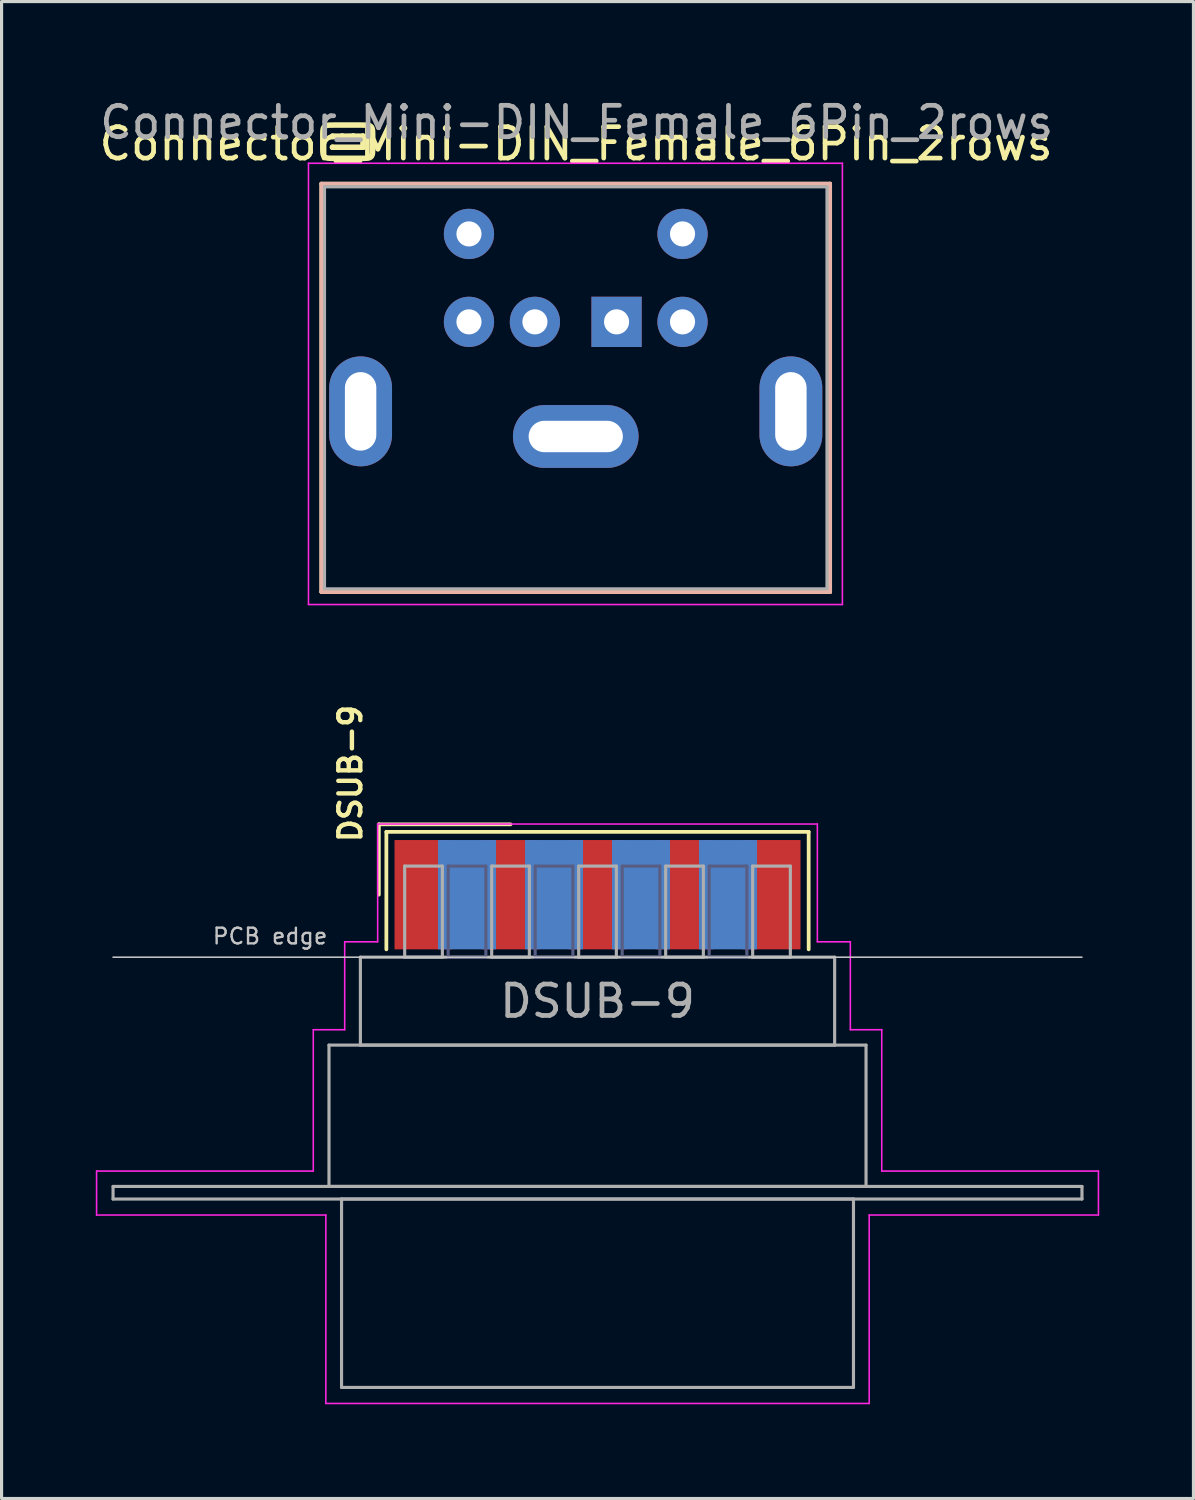
<source format=kicad_pcb>
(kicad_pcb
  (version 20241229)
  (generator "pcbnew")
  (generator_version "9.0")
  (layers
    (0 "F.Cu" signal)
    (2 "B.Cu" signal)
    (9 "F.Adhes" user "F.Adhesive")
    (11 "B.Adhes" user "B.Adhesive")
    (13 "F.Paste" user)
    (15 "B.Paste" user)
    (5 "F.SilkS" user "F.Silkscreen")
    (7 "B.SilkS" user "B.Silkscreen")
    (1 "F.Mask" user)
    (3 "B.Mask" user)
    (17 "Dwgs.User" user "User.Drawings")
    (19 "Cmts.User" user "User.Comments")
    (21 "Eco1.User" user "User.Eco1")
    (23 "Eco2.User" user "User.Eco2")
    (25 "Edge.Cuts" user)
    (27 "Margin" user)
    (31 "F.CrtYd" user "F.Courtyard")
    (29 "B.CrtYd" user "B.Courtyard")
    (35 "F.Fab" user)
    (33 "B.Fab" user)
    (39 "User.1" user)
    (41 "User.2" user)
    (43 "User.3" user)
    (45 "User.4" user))
  (footprint "Connector_Mini-DIN_Female_6Pin_2rows"
    (layer "F.Cu")
    (at 16.582 7.198)
    (property "Reference" "Connector_Mini-DIN_Female_6Pin_2rows" (at -1.29 -5.67 0) (layer "F.SilkS") (effects (font (size 1 1) (thickness 0.15))))
    (attr through_hole)
    (fp_line (start -9.4 -4.4) (end -9.4 8.6) (stroke (width 0.12) (type solid)) (layer "F.SilkS"))
    (fp_line (start -9.4 -4.4) (end 6.8 -4.4) (stroke (width 0.12) (type solid)) (layer "F.SilkS"))
    (fp_line (start -9.4 8.6) (end 6.8 8.6) (stroke (width 0.12) (type solid)) (layer "F.SilkS"))
    (fp_line (start -9.045 -5.913) (end -9.045 -5.912) (stroke (width 0.176) (type solid) (color 50 50 50 1)) (layer "F.SilkS"))
    (fp_line (start -9.045 -5.56) (end -9.045 -5.559) (stroke (width 0.176) (type solid) (color 50 50 50 1)) (layer "F.SilkS"))
    (fp_line (start -9.045 -5.56) (end -8.075 -5.56) (stroke (width 0.176) (type solid) (color 50 50 50 1)) (layer "F.SilkS"))
    (fp_line (start -8.736 -5.913) (end -8.736 -5.912) (stroke (width 0.176) (type solid) (color 50 50 50 1)) (layer "F.SilkS"))
    (fp_line (start -8.736 -5.912) (end -9.045 -5.912) (stroke (width 0.176) (type default)) (layer "F.SilkS"))
    (fp_line (start -8.384 -5.914) (end -8.736 -5.913) (stroke (width 0.176) (type default)) (layer "F.SilkS"))
    (fp_line (start -8.384 -5.914) (end -8.384 -5.913) (stroke (width 0.176) (type solid) (color 50 50 50 1)) (layer "F.SilkS"))
    (fp_line (start -8.075 -5.913) (end -8.384 -5.913) (stroke (width 0.176) (type default)) (layer "F.SilkS"))
    (fp_line (start -8.075 -5.913) (end -8.075 -5.912) (stroke (width 0.176) (type solid) (color 50 50 50 1)) (layer "F.SilkS"))
    (fp_line (start -8.075 -5.561) (end -8.075 -5.912) (stroke (width 0.176) (type default)) (layer "F.SilkS"))
    (fp_line (start -8.075 -5.561) (end -8.075 -5.56) (stroke (width 0.176) (type solid) (color 50 50 50 1)) (layer "F.SilkS"))
    (fp_line (start 6.8 -4.4) (end 6.8 8.6) (stroke (width 0.12) (type solid)) (layer "F.SilkS"))
    (fp_poly (pts (xy -8.06 -6.265) (xy -8.009 -6.265) (xy -7.964 -6.263) (xy -7.944 -6.261) (xy -7.925 -6.259) (xy -7.908 -6.256) (xy -7.892 -6.253) (xy -7.877 -6.249) (xy -7.863 -6.244) (xy -7.851 -6.238) (xy -7.839 -6.231) (xy -7.828 -6.223) (xy -7.818 -6.214) (xy -7.813 -6.209) (xy -7.809 -6.204) (xy -7.805 -6.198) (xy -7.801 -6.193) (xy -7.797 -6.187) (xy -7.794 -6.181) (xy -7.791 -6.175) (xy -7.788 -6.168) (xy -7.785 -6.162) (xy -7.783 -6.155) (xy -7.779 -6.14) (xy -7.775 -6.124) (xy -7.773 -6.106) (xy -7.771 -6.088) (xy -7.769 -6.068) (xy -7.768 -6.046) (xy -7.767 -6.023) (xy -7.766 -5.971) (xy -7.766 -5.913) (xy -7.766 -5.56) (xy -7.766 -5.501) (xy -7.767 -5.45) (xy -7.769 -5.405) (xy -7.771 -5.385) (xy -7.773 -5.366) (xy -7.775 -5.349) (xy -7.779 -5.333) (xy -7.783 -5.318) (xy -7.788 -5.304) (xy -7.794 -5.292) (xy -7.801 -5.28) (xy -7.809 -5.269) (xy -7.818 -5.259) (xy -7.823 -5.254) (xy -7.828 -5.25) (xy -7.833 -5.246) (xy -7.839 -5.242) (xy -7.845 -5.238) (xy -7.851 -5.235) (xy -7.857 -5.232) (xy -7.863 -5.229) (xy -7.87 -5.226) (xy -7.877 -5.224) (xy -7.892 -5.22) (xy -7.908 -5.216) (xy -7.925 -5.214) (xy -7.944 -5.212) (xy -7.964 -5.21) (xy -7.986 -5.209) (xy -8.009 -5.208) (xy -8.06 -5.207) (xy -8.119 -5.207) (xy -9.001 -5.207) (xy -9.06 -5.207) (xy -9.111 -5.208) (xy -9.156 -5.21) (xy -9.176 -5.212) (xy -9.195 -5.214) (xy -9.212 -5.216) (xy -9.228 -5.22) (xy -9.243 -5.224) (xy -9.257 -5.229) (xy -9.269 -5.235) (xy -9.281 -5.242) (xy -9.292 -5.25) (xy -9.302 -5.259) (xy -9.307 -5.264) (xy -9.311 -5.269) (xy -9.315 -5.274) (xy -9.319 -5.28) (xy -9.323 -5.286) (xy -9.326 -5.292) (xy -9.329 -5.298) (xy -9.332 -5.304) (xy -9.335 -5.311) (xy -9.337 -5.318) (xy -9.341 -5.333) (xy -9.345 -5.349) (xy -9.347 -5.366) (xy -9.349 -5.385) (xy -9.351 -5.405) (xy -9.352 -5.427) (xy -9.353 -5.45) (xy -9.354 -5.501) (xy -9.354 -5.56) (xy -9.354 -5.913) (xy -9.354 -5.971) (xy -9.353 -6.023) (xy -9.351 -6.068) (xy -9.349 -6.088) (xy -9.347 -6.106) (xy -9.345 -6.124) (xy -9.341 -6.14) (xy -9.337 -6.155) (xy -9.332 -6.168) (xy -9.326 -6.181) (xy -9.319 -6.193) (xy -9.311 -6.204) (xy -9.302 -6.214) (xy -9.297 -6.219) (xy -9.292 -6.223) (xy -9.287 -6.227) (xy -9.281 -6.231) (xy -9.275 -6.235) (xy -9.269 -6.238) (xy -9.263 -6.241) (xy -9.257 -6.244) (xy -9.25 -6.246) (xy -9.243 -6.249) (xy -9.228 -6.253) (xy -9.212 -6.256) (xy -9.195 -6.259) (xy -9.176 -6.261) (xy -9.156 -6.263) (xy -9.134 -6.264) (xy -9.111 -6.265) (xy -9.06 -6.265) (xy -9.001 -6.266) (xy -8.119 -6.266)) (stroke (width 0.176) (type solid) (color 50 50 50 1)) (fill no) (layer "F.SilkS"))
    (fp_line (start -9.4 -4.4) (end -9.4 8.6) (stroke (width 0.12) (type solid)) (layer "B.SilkS"))
    (fp_line (start -9.4 -4.4) (end 6.8 -4.4) (stroke (width 0.12) (type solid)) (layer "B.SilkS"))
    (fp_line (start -9.4 8.6) (end 6.8 8.6) (stroke (width 0.12) (type solid)) (layer "B.SilkS"))
    (fp_line (start 6.8 -4.4) (end 6.8 8.6) (stroke (width 0.12) (type solid)) (layer "B.SilkS"))
    (fp_line (start -9.81 -5.05) (end -9.81 9) (stroke (width 0.05) (type solid)) (layer "F.CrtYd"))
    (fp_line (start -9.81 -5.05) (end 7.19 -5.05) (stroke (width 0.05) (type solid)) (layer "F.CrtYd"))
    (fp_line (start 7.19 9) (end -9.81 9) (stroke (width 0.05) (type solid)) (layer "F.CrtYd"))
    (fp_line (start 7.19 9) (end 7.19 -5.05) (stroke (width 0.05) (type solid)) (layer "F.CrtYd"))
    (fp_line (start -9.3 -4.3) (end 6.7 -4.3) (stroke (width 0.1) (type solid)) (layer "F.Fab"))
    (fp_line (start -9.3 8.5) (end -9.3 -4.3) (stroke (width 0.1) (type solid)) (layer "F.Fab"))
    (fp_line (start 6.7 -4.3) (end 6.7 8.5) (stroke (width 0.1) (type solid)) (layer "F.Fab"))
    (fp_line (start 6.7 8.5) (end -9.3 8.5) (stroke (width 0.1) (type solid)) (layer "F.Fab"))
    (fp_text user "${REFERENCE}" (at -1.27 -6.35 0) (layer "F.Fab") (effects (font (size 1 1) (thickness 0.15))))
    (pad "1" thru_hole rect (at 0 0) (size 1.6 1.6) (drill 0.8) (layers "*.Cu" "*.Mask"))
    (pad "2" thru_hole circle (at -2.6 0) (size 1.6 1.6) (drill 0.8) (layers "*.Cu" "*.Mask"))
    (pad "3" thru_hole oval (at -8.15 2.85) (size 2 3.5) (drill oval 1 2.5) (layers "*.Cu" "*.Mask"))
    (pad "3" thru_hole oval (at -1.3 3.65) (size 4 2) (drill oval 3 1) (layers "*.Cu" "*.Mask"))
    (pad "3" thru_hole circle (at 2.1 0) (size 1.6 1.6) (drill 0.8) (layers "*.Cu" "*.Mask"))
    (pad "3" thru_hole oval (at 5.55 2.85) (size 2 3.5) (drill oval 1 2.5) (layers "*.Cu" "*.Mask"))
    (pad "4" thru_hole circle (at -4.7 0) (size 1.6 1.6) (drill 0.8) (layers "*.Cu" "*.Mask"))
    (pad "5" thru_hole circle (at 2.1 -2.8) (size 1.6 1.6) (drill 0.8) (layers "*.Cu" "*.Mask"))
    (pad "6" thru_hole circle (at -4.7 -2.8) (size 1.6 1.6) (drill 0.8) (layers "*.Cu" "*.Mask")))
  (footprint "DSUB-9"
    (layer "F.Cu")
    (at 15.975 25.437)
    (property "Reference" "DSUB-9" (at -7.87 -1.6 90) (layer "F.SilkS") (effects (font (size 0.7 0.7) (thickness 0.14) (bold yes)) (justify left)))
    (attr smd)
    (fp_line (start -6.963 -2.24) (end -2.77 -2.24) (stroke (width 0.12) (type solid)) (layer "F.SilkS"))
    (fp_line (start -6.963 0) (end -6.963 -2.24) (stroke (width 0.12) (type solid)) (layer "F.SilkS"))
    (fp_line (start -6.723 -2) (end -6.723 1.74) (stroke (width 0.12) (type solid)) (layer "F.SilkS"))
    (fp_line (start 6.723 -2) (end -6.723 -2) (stroke (width 0.12) (type solid)) (layer "F.SilkS"))
    (fp_line (start 6.723 1.74) (end 6.723 -2) (stroke (width 0.12) (type solid)) (layer "F.SilkS"))
    (fp_line (start -15.425 1.99) (end 15.425 1.99) (stroke (width 0.05) (type solid)) (layer "Dwgs.User"))
    (fp_line (start -15.95 8.8) (end -9.05 8.8) (stroke (width 0.05) (type solid)) (layer "F.CrtYd"))
    (fp_line (start -15.95 10.2) (end -15.95 8.8) (stroke (width 0.05) (type solid)) (layer "F.CrtYd"))
    (fp_line (start -9.05 4.3) (end -8.05 4.3) (stroke (width 0.05) (type solid)) (layer "F.CrtYd"))
    (fp_line (start -9.05 8.8) (end -9.05 4.3) (stroke (width 0.05) (type solid)) (layer "F.CrtYd"))
    (fp_line (start -8.65 10.2) (end -15.95 10.2) (stroke (width 0.05) (type solid)) (layer "F.CrtYd"))
    (fp_line (start -8.65 16.2) (end -8.65 10.2) (stroke (width 0.05) (type solid)) (layer "F.CrtYd"))
    (fp_line (start -8.05 1.5) (end -7 1.5) (stroke (width 0.05) (type solid)) (layer "F.CrtYd"))
    (fp_line (start -8.05 4.3) (end -8.05 1.5) (stroke (width 0.05) (type solid)) (layer "F.CrtYd"))
    (fp_line (start -7 -2.25) (end 7 -2.25) (stroke (width 0.05) (type solid)) (layer "F.CrtYd"))
    (fp_line (start -7 1.5) (end -7 -2.25) (stroke (width 0.05) (type solid)) (layer "F.CrtYd"))
    (fp_line (start 7 -2.25) (end 7 1.5) (stroke (width 0.05) (type solid)) (layer "F.CrtYd"))
    (fp_line (start 7 1.5) (end 8.05 1.5) (stroke (width 0.05) (type solid)) (layer "F.CrtYd"))
    (fp_line (start 8.05 1.5) (end 8.05 4.3) (stroke (width 0.05) (type solid)) (layer "F.CrtYd"))
    (fp_line (start 8.05 4.3) (end 9.05 4.3) (stroke (width 0.05) (type solid)) (layer "F.CrtYd"))
    (fp_line (start 8.65 10.2) (end 8.65 16.2) (stroke (width 0.05) (type solid)) (layer "F.CrtYd"))
    (fp_line (start 8.65 16.2) (end -8.65 16.2) (stroke (width 0.05) (type solid)) (layer "F.CrtYd"))
    (fp_line (start 9.05 4.3) (end 9.05 8.8) (stroke (width 0.05) (type solid)) (layer "F.CrtYd"))
    (fp_line (start 9.05 8.8) (end 15.95 8.8) (stroke (width 0.05) (type solid)) (layer "F.CrtYd"))
    (fp_line (start 15.95 8.8) (end 15.95 10.2) (stroke (width 0.05) (type solid)) (layer "F.CrtYd"))
    (fp_line (start 15.95 10.2) (end 8.65 10.2) (stroke (width 0.05) (type solid)) (layer "F.CrtYd"))
    (fp_line (start -4.755 -0.91) (end -4.755 1.99) (stroke (width 0.1) (type solid)) (layer "B.Fab"))
    (fp_line (start -4.755 1.99) (end -3.555 1.99) (stroke (width 0.1) (type solid)) (layer "B.Fab"))
    (fp_line (start -3.555 -0.91) (end -4.755 -0.91) (stroke (width 0.1) (type solid)) (layer "B.Fab"))
    (fp_line (start -3.555 1.99) (end -3.555 -0.91) (stroke (width 0.1) (type solid)) (layer "B.Fab"))
    (fp_line (start -1.985 -0.91) (end -1.985 1.99) (stroke (width 0.1) (type solid)) (layer "B.Fab"))
    (fp_line (start -1.985 1.99) (end -0.785 1.99) (stroke (width 0.1) (type solid)) (layer "B.Fab"))
    (fp_line (start -0.785 -0.91) (end -1.985 -0.91) (stroke (width 0.1) (type solid)) (layer "B.Fab"))
    (fp_line (start -0.785 1.99) (end -0.785 -0.91) (stroke (width 0.1) (type solid)) (layer "B.Fab"))
    (fp_line (start 0.785 -0.91) (end 0.785 1.99) (stroke (width 0.1) (type solid)) (layer "B.Fab"))
    (fp_line (start 0.785 1.99) (end 1.985 1.99) (stroke (width 0.1) (type solid)) (layer "B.Fab"))
    (fp_line (start 1.985 -0.91) (end 0.785 -0.91) (stroke (width 0.1) (type solid)) (layer "B.Fab"))
    (fp_line (start 1.985 1.99) (end 1.985 -0.91) (stroke (width 0.1) (type solid)) (layer "B.Fab"))
    (fp_line (start 3.555 -0.91) (end 3.555 1.99) (stroke (width 0.1) (type solid)) (layer "B.Fab"))
    (fp_line (start 3.555 1.99) (end 4.755 1.99) (stroke (width 0.1) (type solid)) (layer "B.Fab"))
    (fp_line (start 4.755 -0.91) (end 3.555 -0.91) (stroke (width 0.1) (type solid)) (layer "B.Fab"))
    (fp_line (start 4.755 1.99) (end 4.755 -0.91) (stroke (width 0.1) (type solid)) (layer "B.Fab"))
    (fp_line (start -15.425 9.29) (end -15.425 9.69) (stroke (width 0.1) (type solid)) (layer "F.Fab"))
    (fp_line (start -15.425 9.69) (end 15.425 9.69) (stroke (width 0.1) (type solid)) (layer "F.Fab"))
    (fp_line (start -8.55 4.79) (end -8.55 9.29) (stroke (width 0.1) (type solid)) (layer "F.Fab"))
    (fp_line (start -8.55 9.29) (end 8.55 9.29) (stroke (width 0.1) (type solid)) (layer "F.Fab"))
    (fp_line (start -8.15 9.69) (end -8.15 15.69) (stroke (width 0.1) (type solid)) (layer "F.Fab"))
    (fp_line (start -8.15 15.69) (end 8.15 15.69) (stroke (width 0.1) (type solid)) (layer "F.Fab"))
    (fp_line (start -7.55 1.99) (end -7.55 4.79) (stroke (width 0.1) (type solid)) (layer "F.Fab"))
    (fp_line (start -7.55 4.79) (end 7.55 4.79) (stroke (width 0.1) (type solid)) (layer "F.Fab"))
    (fp_line (start -6.14 -0.91) (end -6.14 1.99) (stroke (width 0.1) (type solid)) (layer "F.Fab"))
    (fp_line (start -6.14 1.99) (end -4.94 1.99) (stroke (width 0.1) (type solid)) (layer "F.Fab"))
    (fp_line (start -4.94 -0.91) (end -6.14 -0.91) (stroke (width 0.1) (type solid)) (layer "F.Fab"))
    (fp_line (start -4.94 1.99) (end -4.94 -0.91) (stroke (width 0.1) (type solid)) (layer "F.Fab"))
    (fp_line (start -3.37 -0.91) (end -3.37 1.99) (stroke (width 0.1) (type solid)) (layer "F.Fab"))
    (fp_line (start -3.37 1.99) (end -2.17 1.99) (stroke (width 0.1) (type solid)) (layer "F.Fab"))
    (fp_line (start -2.17 -0.91) (end -3.37 -0.91) (stroke (width 0.1) (type solid)) (layer "F.Fab"))
    (fp_line (start -2.17 1.99) (end -2.17 -0.91) (stroke (width 0.1) (type solid)) (layer "F.Fab"))
    (fp_line (start -0.6 -0.91) (end -0.6 1.99) (stroke (width 0.1) (type solid)) (layer "F.Fab"))
    (fp_line (start -0.6 1.99) (end 0.6 1.99) (stroke (width 0.1) (type solid)) (layer "F.Fab"))
    (fp_line (start 0.6 -0.91) (end -0.6 -0.91) (stroke (width 0.1) (type solid)) (layer "F.Fab"))
    (fp_line (start 0.6 1.99) (end 0.6 -0.91) (stroke (width 0.1) (type solid)) (layer "F.Fab"))
    (fp_line (start 2.17 -0.91) (end 2.17 1.99) (stroke (width 0.1) (type solid)) (layer "F.Fab"))
    (fp_line (start 2.17 1.99) (end 3.37 1.99) (stroke (width 0.1) (type solid)) (layer "F.Fab"))
    (fp_line (start 3.37 -0.91) (end 2.17 -0.91) (stroke (width 0.1) (type solid)) (layer "F.Fab"))
    (fp_line (start 3.37 1.99) (end 3.37 -0.91) (stroke (width 0.1) (type solid)) (layer "F.Fab"))
    (fp_line (start 4.94 -0.91) (end 4.94 1.99) (stroke (width 0.1) (type solid)) (layer "F.Fab"))
    (fp_line (start 4.94 1.99) (end 6.14 1.99) (stroke (width 0.1) (type solid)) (layer "F.Fab"))
    (fp_line (start 6.14 -0.91) (end 4.94 -0.91) (stroke (width 0.1) (type solid)) (layer "F.Fab"))
    (fp_line (start 6.14 1.99) (end 6.14 -0.91) (stroke (width 0.1) (type solid)) (layer "F.Fab"))
    (fp_line (start 7.55 1.99) (end -7.55 1.99) (stroke (width 0.1) (type solid)) (layer "F.Fab"))
    (fp_line (start 7.55 4.79) (end 7.55 1.99) (stroke (width 0.1) (type solid)) (layer "F.Fab"))
    (fp_line (start 8.15 9.69) (end -8.15 9.69) (stroke (width 0.1) (type solid)) (layer "F.Fab"))
    (fp_line (start 8.15 15.69) (end 8.15 9.69) (stroke (width 0.1) (type solid)) (layer "F.Fab"))
    (fp_line (start 8.55 4.79) (end -8.55 4.79) (stroke (width 0.1) (type solid)) (layer "F.Fab"))
    (fp_line (start 8.55 9.29) (end 8.55 4.79) (stroke (width 0.1) (type solid)) (layer "F.Fab"))
    (fp_line (start 15.425 9.29) (end -15.425 9.29) (stroke (width 0.1) (type solid)) (layer "F.Fab"))
    (fp_line (start 15.425 9.69) (end 15.425 9.29) (stroke (width 0.1) (type solid)) (layer "F.Fab"))
    (fp_text user "PCB edge" (at -10.425 1.323 0) (layer "Dwgs.User") (effects (font (size 0.5 0.5) (thickness 0.075))))
    (fp_text user "${REFERENCE}" (at 0 3.39 0) (layer "F.Fab") (effects (font (size 1 1) (thickness 0.15))))
    (pad "1" smd rect (at -5.54 0) (size 1.847 3.48) (layers "F.Cu" "F.Mask" "F.Paste"))
    (pad "2" smd rect (at -2.77 0) (size 1.847 3.48) (layers "F.Cu" "F.Mask" "F.Paste"))
    (pad "3" smd rect (at 0 0) (size 1.847 3.48) (layers "F.Cu" "F.Mask" "F.Paste"))
    (pad "4" smd rect (at 2.77 0) (size 1.847 3.48) (layers "F.Cu" "F.Mask" "F.Paste"))
    (pad "5" smd rect (at 5.54 0) (size 1.847 3.48) (layers "F.Cu" "F.Mask" "F.Paste"))
    (pad "6" smd rect (at -4.155 0) (size 1.847 3.48) (layers "B.Cu" "B.Mask" "B.Paste"))
    (pad "7" smd rect (at -1.385 0) (size 1.847 3.48) (layers "B.Cu" "B.Mask" "B.Paste"))
    (pad "8" smd rect (at 1.385 0) (size 1.847 3.48) (layers "B.Cu" "B.Mask" "B.Paste"))
    (pad "9" smd rect (at 4.155 0) (size 1.847 3.48) (layers "B.Cu" "B.Mask" "B.Paste")))
  (gr_rect
    (start -3 -3)
    (end 34.95 44.662)
    (stroke (width 0.1) (type default))
    (fill no)
    (layer "Edge.Cuts")))
</source>
